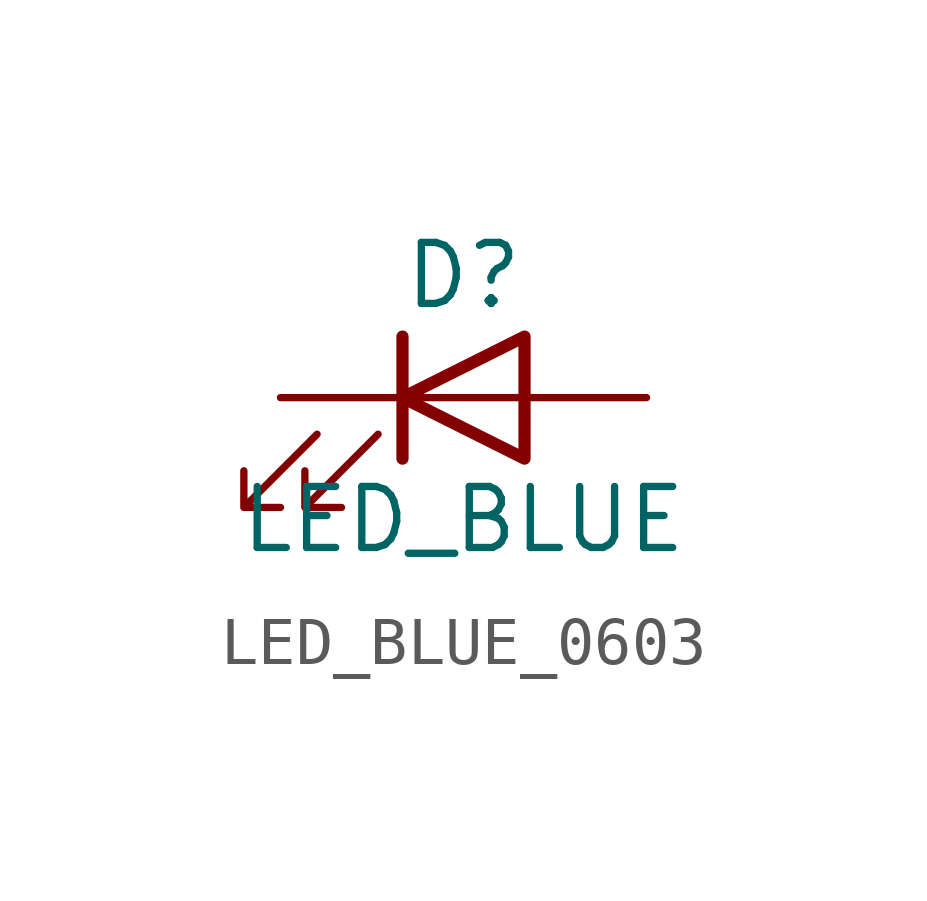
<source format=kicad_sym>
(kicad_symbol_lib
  (version 20241209)
  (generator "kicad_symbol_editor")
  (generator_version "9.0")
  (symbol "LED_BLUE_0603"
    (pin_numbers
      (hide yes))
    (pin_names
      (offset 1.016)
      (hide yes))
    (property "Reference" "D"
      (at 0 2.54 0)
      (effects (font (size 1.27 1.27))))
    (property "Value" "LED_BLUE"
      (at 0 -2.54 0)
      (effects (font (size 1.27 1.27))))
    (symbol "LED_BLUE_0603_0_1"
      (polyline (pts (xy -3.048 -0.762) (xy -4.572 -2.286) (xy -3.81 -2.286) (xy -4.572 -2.286) (xy -4.572 -1.524)) (stroke (width 0) (type default)) (fill (type none)))
      (polyline (pts (xy -1.778 -0.762) (xy -3.302 -2.286) (xy -2.54 -2.286) (xy -3.302 -2.286) (xy -3.302 -1.524)) (stroke (width 0) (type default)) (fill (type none)))
      (polyline (pts (xy -1.27 0) (xy 1.27 0)) (stroke (width 0) (type default)) (fill (type none)))
      (polyline (pts (xy -1.27 -1.27) (xy -1.27 1.27)) (stroke (width 0.254) (type default)) (fill (type none)))
      (polyline (pts (xy 1.27 -1.27) (xy 1.27 1.27) (xy -1.27 0) (xy 1.27 -1.27)) (stroke (width 0.254) (type default)) (fill (type none))))
    (symbol "LED_BLUE_0603_1_1"
      (pin passive line (at -3.81 0 0) (length 2.54) (name "K" (effects (font (size 1.27 1.27)))) (number "1" (effects (font (size 1.27 1.27)))))
      (pin passive line (at 3.81 0 180) (length 2.54) (name "A" (effects (font (size 1.27 1.27)))) (number "2" (effects (font (size 1.27 1.27))))))))
</source>
